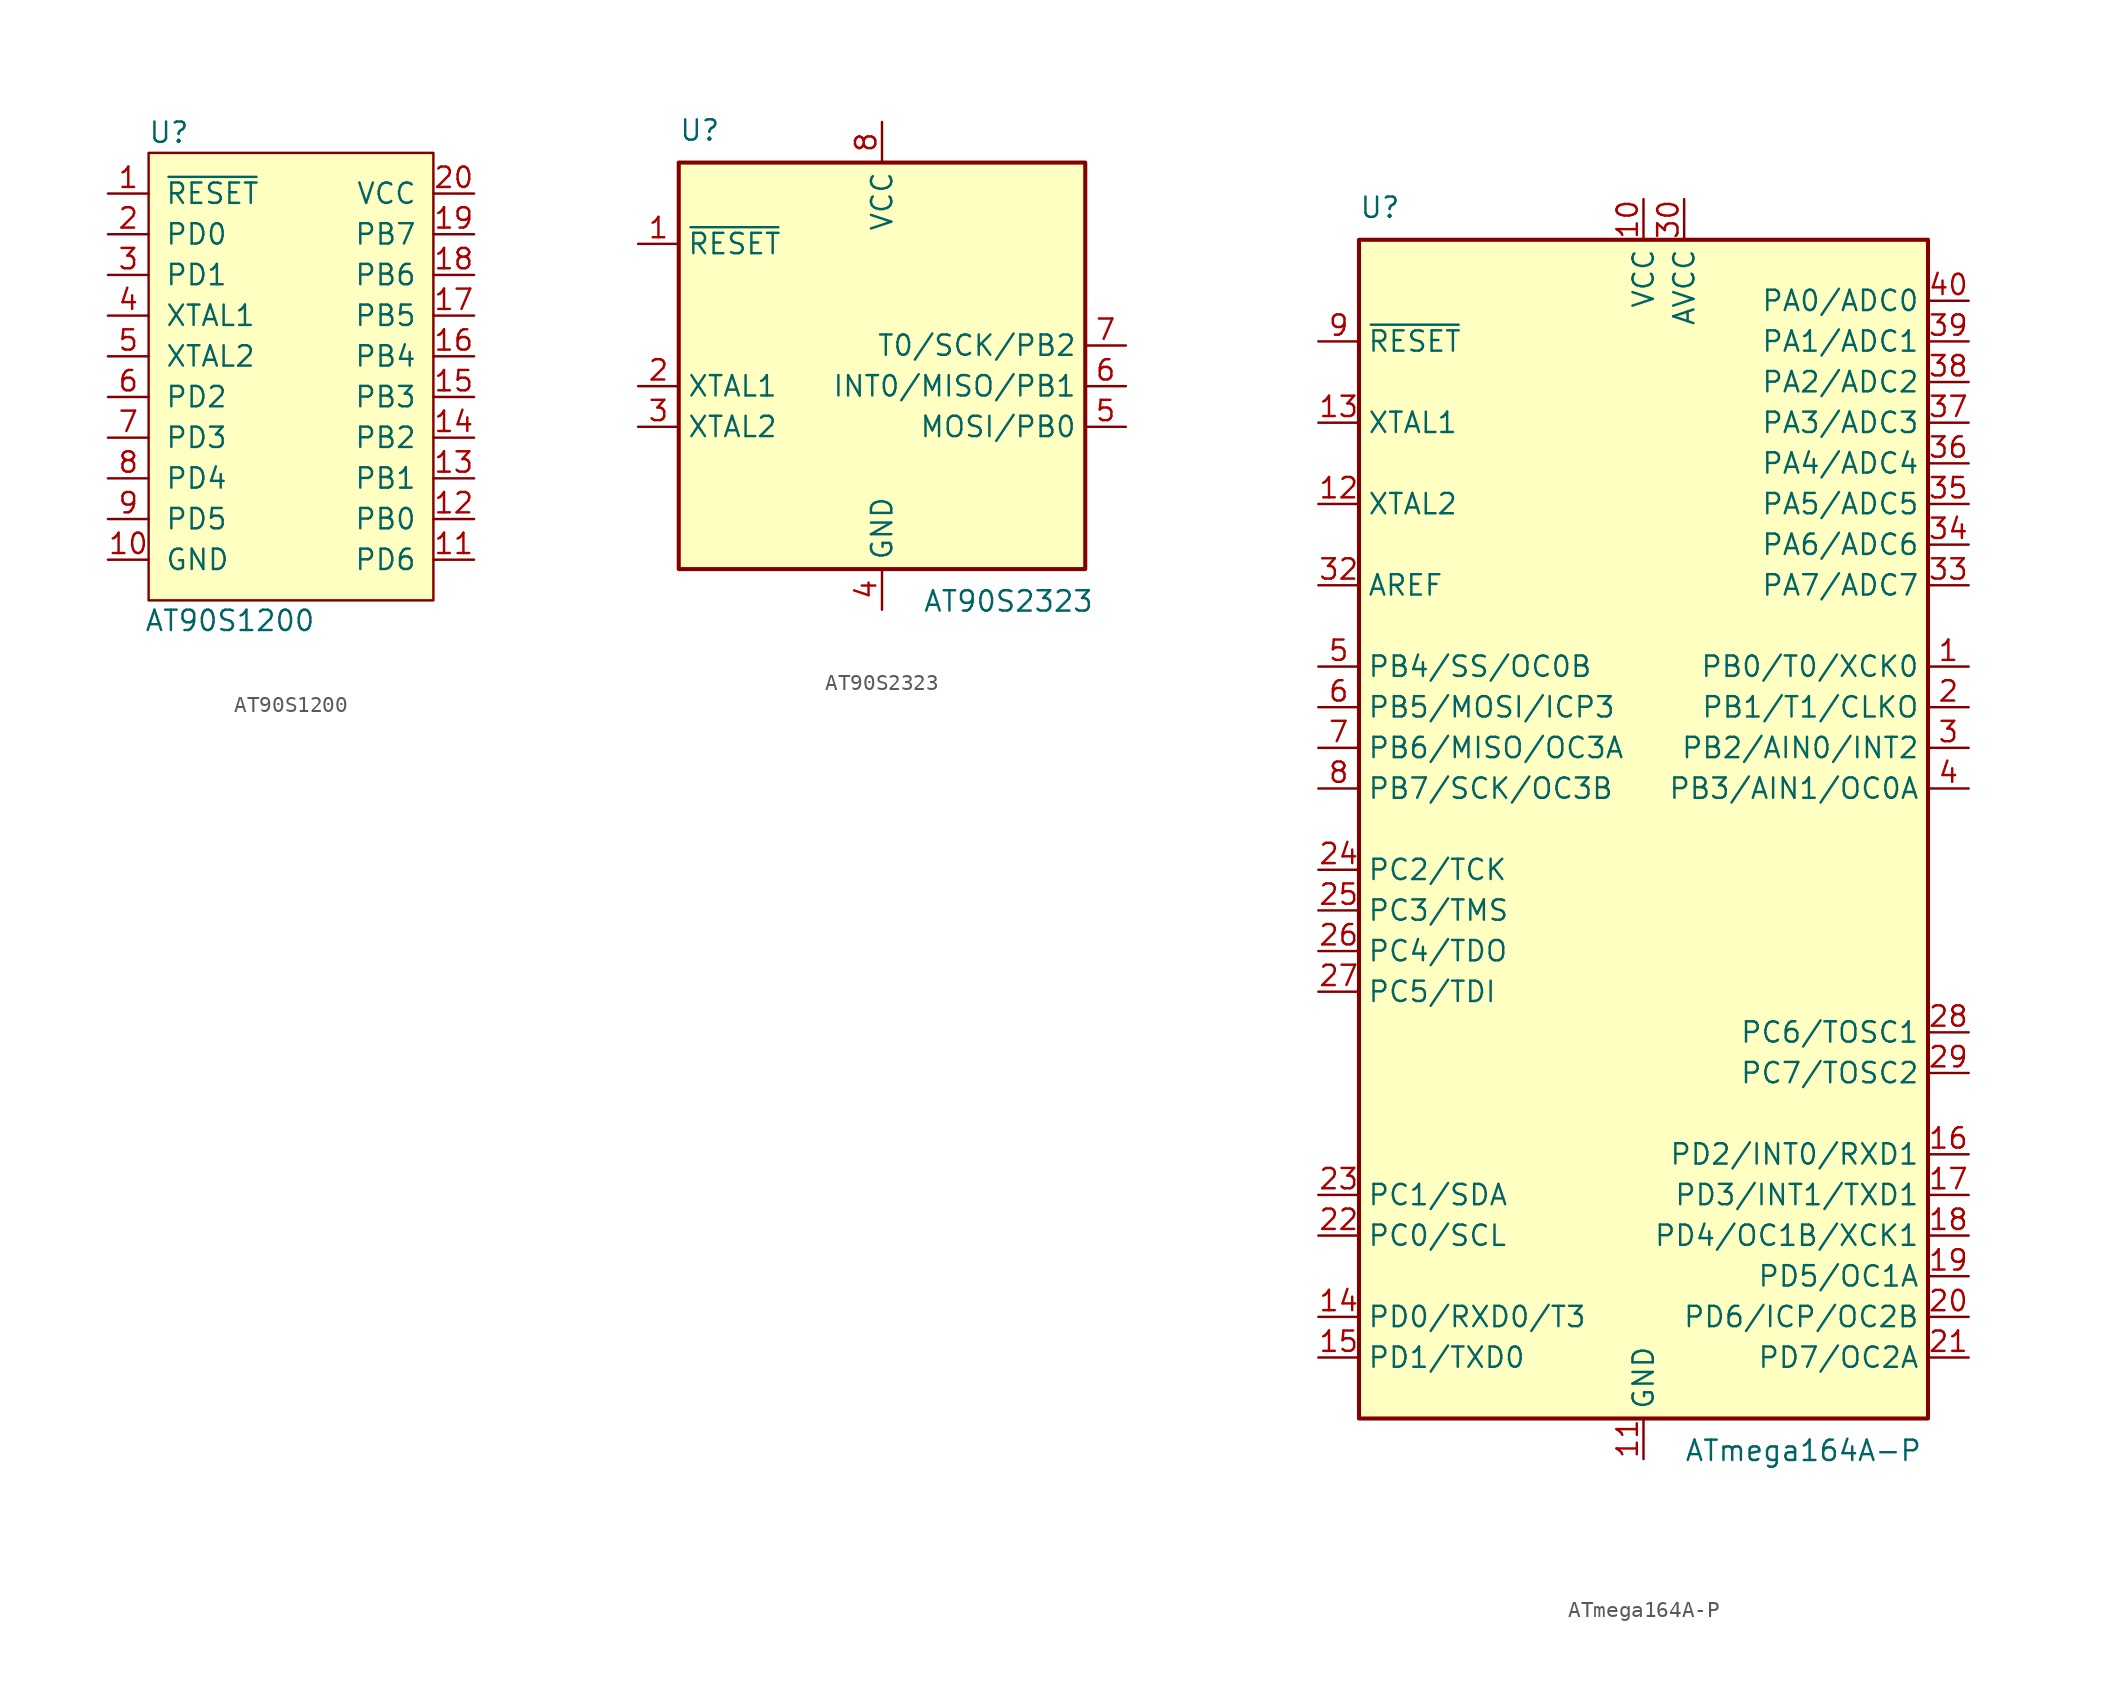
<source format=kicad_sym>
(kicad_symbol_lib
  (version 20220914)
  (generator kicad_symbol_editor)
  (symbol "AT90S1200"
    (pin_names
      (offset 1.016))
    (property "Reference" "U"
      (at -7.62 15.24 0)
      (effects (font (size 1.27 1.27))))
    (property "Value" "AT90S1200"
      (at -3.81 -15.24 0)
      (effects (font (size 1.27 1.27))))
    (symbol "AT90S1200_0_1"
      (rectangle (start -8.89 13.97) (end 8.89 -13.97) (stroke (width 0) (type default)) (fill (type background))))
    (symbol "AT90S1200_1_1"
      (pin input line (at -11.43 11.43 0) (length 2.54) (name "~{RESET}" (effects (font (size 1.27 1.27)))) (number "1" (effects (font (size 1.27 1.27)))))
      (pin power_in line (at -11.43 -11.43 0) (length 2.54) (name "GND" (effects (font (size 1.27 1.27)))) (number "10" (effects (font (size 1.27 1.27)))))
      (pin input line (at 11.43 -11.43 180) (length 2.54) (name "PD6" (effects (font (size 1.27 1.27)))) (number "11" (effects (font (size 1.27 1.27)))))
      (pin input line (at 11.43 -8.89 180) (length 2.54) (name "PB0" (effects (font (size 1.27 1.27)))) (number "12" (effects (font (size 1.27 1.27)))))
      (pin input line (at 11.43 -6.35 180) (length 2.54) (name "PB1" (effects (font (size 1.27 1.27)))) (number "13" (effects (font (size 1.27 1.27)))))
      (pin input line (at 11.43 -3.81 180) (length 2.54) (name "PB2" (effects (font (size 1.27 1.27)))) (number "14" (effects (font (size 1.27 1.27)))))
      (pin input line (at 11.43 -1.27 180) (length 2.54) (name "PB3" (effects (font (size 1.27 1.27)))) (number "15" (effects (font (size 1.27 1.27)))))
      (pin input line (at 11.43 1.27 180) (length 2.54) (name "PB4" (effects (font (size 1.27 1.27)))) (number "16" (effects (font (size 1.27 1.27)))))
      (pin input line (at 11.43 3.81 180) (length 2.54) (name "PB5" (effects (font (size 1.27 1.27)))) (number "17" (effects (font (size 1.27 1.27)))))
      (pin input line (at 11.43 6.35 180) (length 2.54) (name "PB6" (effects (font (size 1.27 1.27)))) (number "18" (effects (font (size 1.27 1.27)))))
      (pin input line (at 11.43 8.89 180) (length 2.54) (name "PB7" (effects (font (size 1.27 1.27)))) (number "19" (effects (font (size 1.27 1.27)))))
      (pin input line (at -11.43 8.89 0) (length 2.54) (name "PD0" (effects (font (size 1.27 1.27)))) (number "2" (effects (font (size 1.27 1.27)))))
      (pin power_in line (at 11.43 11.43 180) (length 2.54) (name "VCC" (effects (font (size 1.27 1.27)))) (number "20" (effects (font (size 1.27 1.27)))))
      (pin input line (at -11.43 6.35 0) (length 2.54) (name "PD1" (effects (font (size 1.27 1.27)))) (number "3" (effects (font (size 1.27 1.27)))))
      (pin input line (at -11.43 3.81 0) (length 2.54) (name "XTAL1" (effects (font (size 1.27 1.27)))) (number "4" (effects (font (size 1.27 1.27)))))
      (pin input line (at -11.43 1.27 0) (length 2.54) (name "XTAL2" (effects (font (size 1.27 1.27)))) (number "5" (effects (font (size 1.27 1.27)))))
      (pin input line (at -11.43 -1.27 0) (length 2.54) (name "PD2" (effects (font (size 1.27 1.27)))) (number "6" (effects (font (size 1.27 1.27)))))
      (pin input line (at -11.43 -3.81 0) (length 2.54) (name "PD3" (effects (font (size 1.27 1.27)))) (number "7" (effects (font (size 1.27 1.27)))))
      (pin input line (at -11.43 -6.35 0) (length 2.54) (name "PD4" (effects (font (size 1.27 1.27)))) (number "8" (effects (font (size 1.27 1.27)))))
      (pin input line (at -11.43 -8.89 0) (length 2.54) (name "PD5" (effects (font (size 1.27 1.27)))) (number "9" (effects (font (size 1.27 1.27)))))))
  (symbol "AT90S2323"
    (property "Reference" "U"
      (at -12.7 13.97 0)
      (effects (font (size 1.27 1.27)) (justify left bottom)))
    (property "Value" "AT90S2323"
      (at 2.54 -13.97 0)
      (effects (font (size 1.27 1.27)) (justify left top)))
    (symbol "AT90S2323_0_1"
      (rectangle (start -12.7 -12.7) (end 12.7 12.7) (stroke (width 0.254) (type default)) (fill (type background))))
    (symbol "AT90S2323_1_1"
      (pin bidirectional line (at -15.24 7.62 0) (length 2.54) (name "~{RESET}" (effects (font (size 1.27 1.27)))) (number "1" (effects (font (size 1.27 1.27)))))
      (pin bidirectional line (at -15.24 -1.27 0) (length 2.54) (name "XTAL1" (effects (font (size 1.27 1.27)))) (number "2" (effects (font (size 1.27 1.27)))))
      (pin bidirectional line (at -15.24 -3.81 0) (length 2.54) (name "XTAL2" (effects (font (size 1.27 1.27)))) (number "3" (effects (font (size 1.27 1.27)))))
      (pin power_in line (at 0 -15.24 90) (length 2.54) (name "GND" (effects (font (size 1.27 1.27)))) (number "4" (effects (font (size 1.27 1.27)))))
      (pin bidirectional line (at 15.24 -3.81 180) (length 2.54) (name "MOSI/PB0" (effects (font (size 1.27 1.27)))) (number "5" (effects (font (size 1.27 1.27)))))
      (pin bidirectional line (at 15.24 -1.27 180) (length 2.54) (name "INT0/MISO/PB1" (effects (font (size 1.27 1.27)))) (number "6" (effects (font (size 1.27 1.27)))))
      (pin bidirectional line (at 15.24 1.27 180) (length 2.54) (name "T0/SCK/PB2" (effects (font (size 1.27 1.27)))) (number "7" (effects (font (size 1.27 1.27)))))
      (pin power_in line (at 0 15.24 270) (length 2.54) (name "VCC" (effects (font (size 1.27 1.27)))) (number "8" (effects (font (size 1.27 1.27)))))))
  (symbol "ATmega164A-P"
    (property "Reference" "U"
      (at -17.78 38.1 0)
      (effects (font (size 1.27 1.27)) (justify left bottom)))
    (property "Value" "ATmega164A-P"
      (at 2.54 -38.1 0)
      (effects (font (size 1.27 1.27)) (justify left top)))
    (symbol "ATmega164A-P_0_1"
      (rectangle (start -17.78 36.83) (end 17.78 -36.83) (stroke (width 0.254) (type default)) (fill (type background))))
    (symbol "ATmega164A-P_1_1"
      (pin bidirectional line (at 20.32 10.16 180) (length 2.54) (name "PB0/T0/XCK0" (effects (font (size 1.27 1.27)))) (number "1" (effects (font (size 1.27 1.27)))))
      (pin power_in line (at 0 39.37 270) (length 2.54) (name "VCC" (effects (font (size 1.27 1.27)))) (number "10" (effects (font (size 1.27 1.27)))))
      (pin power_in line (at 0 -39.37 90) (length 2.54) (name "GND" (effects (font (size 1.27 1.27)))) (number "11" (effects (font (size 1.27 1.27)))))
      (pin output line (at -20.32 20.32 0) (length 2.54) (name "XTAL2" (effects (font (size 1.27 1.27)))) (number "12" (effects (font (size 1.27 1.27)))))
      (pin input line (at -20.32 25.4 0) (length 2.54) (name "XTAL1" (effects (font (size 1.27 1.27)))) (number "13" (effects (font (size 1.27 1.27)))))
      (pin bidirectional line (at -20.32 -30.48 0) (length 2.54) (name "PD0/RXD0/T3" (effects (font (size 1.27 1.27)))) (number "14" (effects (font (size 1.27 1.27)))))
      (pin bidirectional line (at -20.32 -33.02 0) (length 2.54) (name "PD1/TXD0" (effects (font (size 1.27 1.27)))) (number "15" (effects (font (size 1.27 1.27)))))
      (pin bidirectional line (at 20.32 -20.32 180) (length 2.54) (name "PD2/INT0/RXD1" (effects (font (size 1.27 1.27)))) (number "16" (effects (font (size 1.27 1.27)))))
      (pin bidirectional line (at 20.32 -22.86 180) (length 2.54) (name "PD3/INT1/TXD1" (effects (font (size 1.27 1.27)))) (number "17" (effects (font (size 1.27 1.27)))))
      (pin bidirectional line (at 20.32 -25.4 180) (length 2.54) (name "PD4/OC1B/XCK1" (effects (font (size 1.27 1.27)))) (number "18" (effects (font (size 1.27 1.27)))))
      (pin bidirectional line (at 20.32 -27.94 180) (length 2.54) (name "PD5/OC1A" (effects (font (size 1.27 1.27)))) (number "19" (effects (font (size 1.27 1.27)))))
      (pin bidirectional line (at 20.32 7.62 180) (length 2.54) (name "PB1/T1/CLKO" (effects (font (size 1.27 1.27)))) (number "2" (effects (font (size 1.27 1.27)))))
      (pin bidirectional line (at 20.32 -30.48 180) (length 2.54) (name "PD6/ICP/OC2B" (effects (font (size 1.27 1.27)))) (number "20" (effects (font (size 1.27 1.27)))))
      (pin bidirectional line (at 20.32 -33.02 180) (length 2.54) (name "PD7/OC2A" (effects (font (size 1.27 1.27)))) (number "21" (effects (font (size 1.27 1.27)))))
      (pin bidirectional line (at -20.32 -25.4 0) (length 2.54) (name "PC0/SCL" (effects (font (size 1.27 1.27)))) (number "22" (effects (font (size 1.27 1.27)))))
      (pin bidirectional line (at -20.32 -22.86 0) (length 2.54) (name "PC1/SDA" (effects (font (size 1.27 1.27)))) (number "23" (effects (font (size 1.27 1.27)))))
      (pin bidirectional line (at -20.32 -2.54 0) (length 2.54) (name "PC2/TCK" (effects (font (size 1.27 1.27)))) (number "24" (effects (font (size 1.27 1.27)))))
      (pin bidirectional line (at -20.32 -5.08 0) (length 2.54) (name "PC3/TMS" (effects (font (size 1.27 1.27)))) (number "25" (effects (font (size 1.27 1.27)))))
      (pin bidirectional line (at -20.32 -7.62 0) (length 2.54) (name "PC4/TDO" (effects (font (size 1.27 1.27)))) (number "26" (effects (font (size 1.27 1.27)))))
      (pin bidirectional line (at -20.32 -10.16 0) (length 2.54) (name "PC5/TDI" (effects (font (size 1.27 1.27)))) (number "27" (effects (font (size 1.27 1.27)))))
      (pin bidirectional line (at 20.32 -12.7 180) (length 2.54) (name "PC6/TOSC1" (effects (font (size 1.27 1.27)))) (number "28" (effects (font (size 1.27 1.27)))))
      (pin bidirectional line (at 20.32 -15.24 180) (length 2.54) (name "PC7/TOSC2" (effects (font (size 1.27 1.27)))) (number "29" (effects (font (size 1.27 1.27)))))
      (pin bidirectional line (at 20.32 5.08 180) (length 2.54) (name "PB2/AIN0/INT2" (effects (font (size 1.27 1.27)))) (number "3" (effects (font (size 1.27 1.27)))))
      (pin power_in line (at 2.54 39.37 270) (length 2.54) (name "AVCC" (effects (font (size 1.27 1.27)))) (number "30" (effects (font (size 1.27 1.27)))))
      (pin passive line (at 0 -39.37 90) (length 2.54) hide (name "GND" (effects (font (size 1.27 1.27)))) (number "31" (effects (font (size 1.27 1.27)))))
      (pin passive line (at -20.32 15.24 0) (length 2.54) (name "AREF" (effects (font (size 1.27 1.27)))) (number "32" (effects (font (size 1.27 1.27)))))
      (pin bidirectional line (at 20.32 15.24 180) (length 2.54) (name "PA7/ADC7" (effects (font (size 1.27 1.27)))) (number "33" (effects (font (size 1.27 1.27)))))
      (pin bidirectional line (at 20.32 17.78 180) (length 2.54) (name "PA6/ADC6" (effects (font (size 1.27 1.27)))) (number "34" (effects (font (size 1.27 1.27)))))
      (pin bidirectional line (at 20.32 20.32 180) (length 2.54) (name "PA5/ADC5" (effects (font (size 1.27 1.27)))) (number "35" (effects (font (size 1.27 1.27)))))
      (pin bidirectional line (at 20.32 22.86 180) (length 2.54) (name "PA4/ADC4" (effects (font (size 1.27 1.27)))) (number "36" (effects (font (size 1.27 1.27)))))
      (pin bidirectional line (at 20.32 25.4 180) (length 2.54) (name "PA3/ADC3" (effects (font (size 1.27 1.27)))) (number "37" (effects (font (size 1.27 1.27)))))
      (pin bidirectional line (at 20.32 27.94 180) (length 2.54) (name "PA2/ADC2" (effects (font (size 1.27 1.27)))) (number "38" (effects (font (size 1.27 1.27)))))
      (pin bidirectional line (at 20.32 30.48 180) (length 2.54) (name "PA1/ADC1" (effects (font (size 1.27 1.27)))) (number "39" (effects (font (size 1.27 1.27)))))
      (pin bidirectional line (at 20.32 2.54 180) (length 2.54) (name "PB3/AIN1/OC0A" (effects (font (size 1.27 1.27)))) (number "4" (effects (font (size 1.27 1.27)))))
      (pin bidirectional line (at 20.32 33.02 180) (length 2.54) (name "PA0/ADC0" (effects (font (size 1.27 1.27)))) (number "40" (effects (font (size 1.27 1.27)))))
      (pin bidirectional line (at -20.32 10.16 0) (length 2.54) (name "PB4/SS/OC0B" (effects (font (size 1.27 1.27)))) (number "5" (effects (font (size 1.27 1.27)))))
      (pin bidirectional line (at -20.32 7.62 0) (length 2.54) (name "PB5/MOSI/ICP3" (effects (font (size 1.27 1.27)))) (number "6" (effects (font (size 1.27 1.27)))))
      (pin bidirectional line (at -20.32 5.08 0) (length 2.54) (name "PB6/MISO/OC3A" (effects (font (size 1.27 1.27)))) (number "7" (effects (font (size 1.27 1.27)))))
      (pin bidirectional line (at -20.32 2.54 0) (length 2.54) (name "PB7/SCK/OC3B" (effects (font (size 1.27 1.27)))) (number "8" (effects (font (size 1.27 1.27)))))
      (pin input line (at -20.32 30.48 0) (length 2.54) (name "~{RESET}" (effects (font (size 1.27 1.27)))) (number "9" (effects (font (size 1.27 1.27))))))))
</source>
